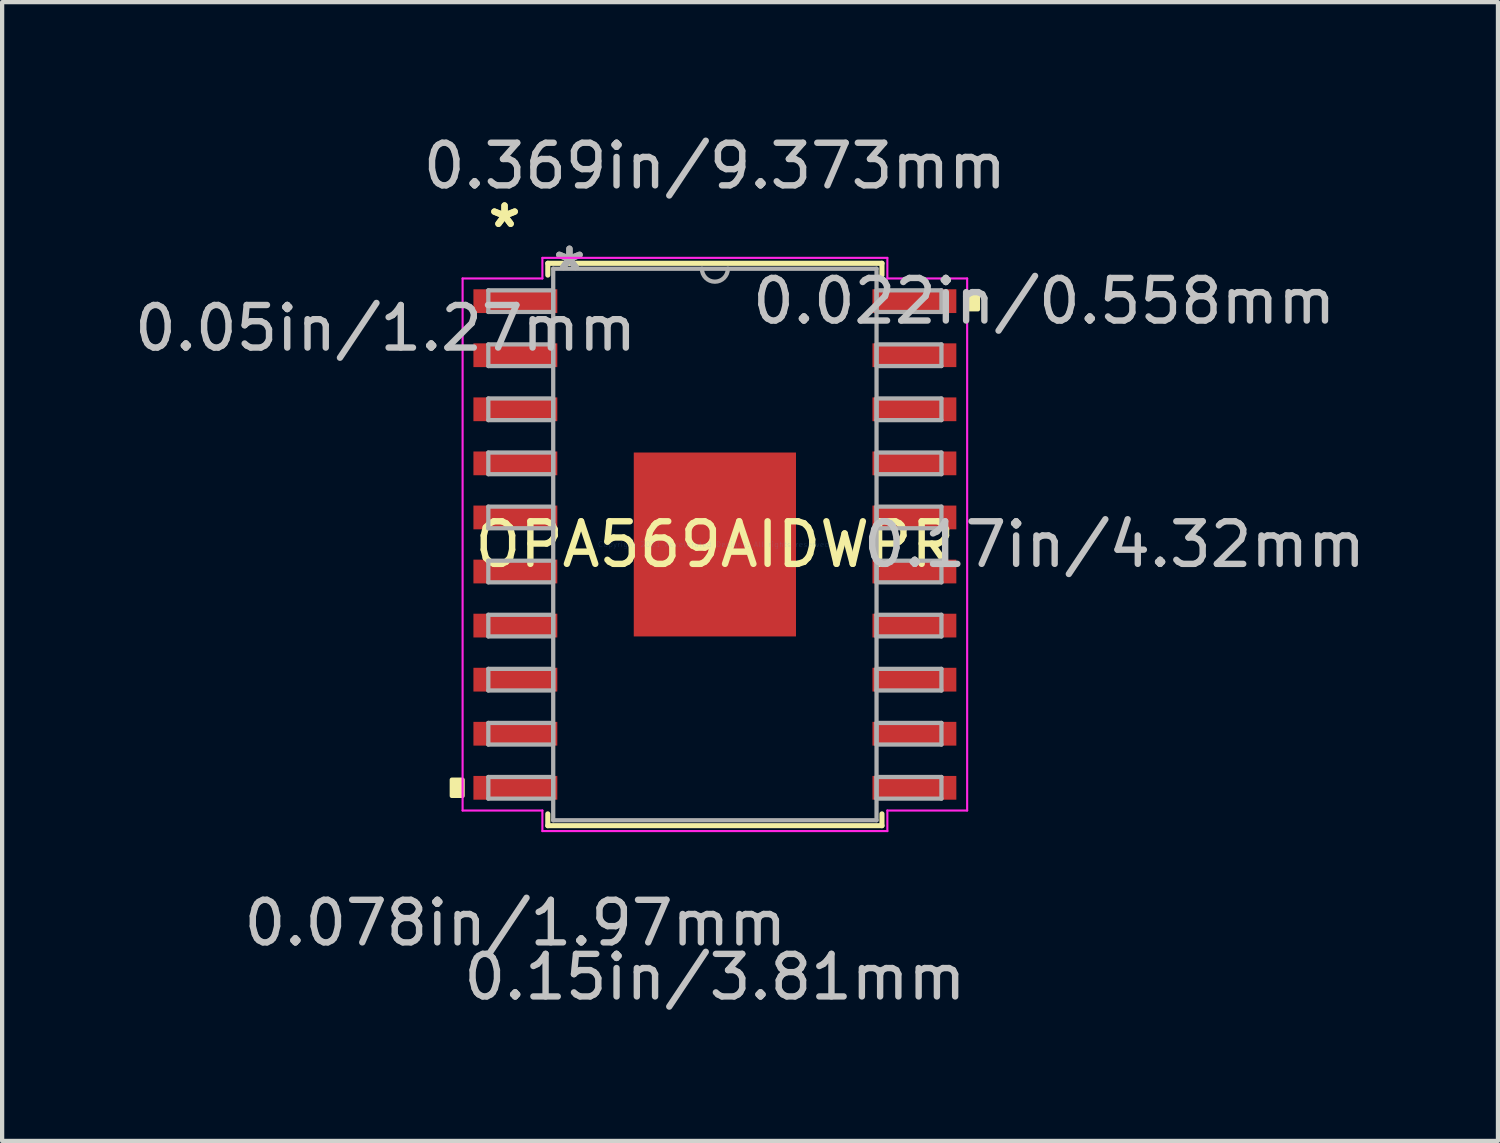
<source format=kicad_pcb>
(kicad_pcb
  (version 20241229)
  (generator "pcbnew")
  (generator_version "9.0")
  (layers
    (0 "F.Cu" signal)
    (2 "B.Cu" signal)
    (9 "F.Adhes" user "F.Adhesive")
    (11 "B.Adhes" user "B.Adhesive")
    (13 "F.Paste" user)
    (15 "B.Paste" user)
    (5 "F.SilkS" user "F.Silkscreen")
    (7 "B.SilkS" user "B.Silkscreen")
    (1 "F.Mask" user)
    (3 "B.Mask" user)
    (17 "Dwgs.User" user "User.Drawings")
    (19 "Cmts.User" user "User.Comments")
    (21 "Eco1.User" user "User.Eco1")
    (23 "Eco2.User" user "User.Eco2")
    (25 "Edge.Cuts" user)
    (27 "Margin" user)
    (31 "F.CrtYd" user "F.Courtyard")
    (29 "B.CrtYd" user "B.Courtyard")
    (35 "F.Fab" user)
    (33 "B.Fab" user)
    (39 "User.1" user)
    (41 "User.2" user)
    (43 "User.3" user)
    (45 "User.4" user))
  (footprint "OPA569AIDWPR"
    (layer "F.Cu")
    (at 13.74 9.738)
    (property "Reference" "OPA569AIDWPR" (at 0 0 0) (layer "F.SilkS") (effects (font (size 1 1) (thickness 0.15))))
    (attr through_hole)
    (fp_poly (pts (xy -1.968 -2.224) (xy -1.381 -2.224) (xy -1.381 2.224) (xy -1.968 2.224)) (stroke (width 0.1) (type solid)) (fill yes) (layer "F.Mask"))
    (fp_poly (pts (xy -1.968 -2.224) (xy 1.968 -2.224) (xy 1.968 -1.775) (xy -1.968 -1.775)) (stroke (width 0.1) (type solid)) (fill yes) (layer "F.Mask"))
    (fp_poly (pts (xy -1.968 -1.375) (xy 1.968 -1.375) (xy 1.968 -0.987) (xy -1.968 -0.987)) (stroke (width 0.1) (type solid)) (fill yes) (layer "F.Mask"))
    (fp_poly (pts (xy -1.968 -0.587) (xy 1.968 -0.587) (xy 1.968 -0.2) (xy -1.968 -0.2)) (stroke (width 0.1) (type solid)) (fill yes) (layer "F.Mask"))
    (fp_poly (pts (xy -1.968 0.2) (xy 1.968 0.2) (xy 1.968 0.587) (xy -1.968 0.587)) (stroke (width 0.1) (type solid)) (fill yes) (layer "F.Mask"))
    (fp_poly (pts (xy -1.968 0.987) (xy 1.968 0.987) (xy 1.968 1.375) (xy -1.968 1.375)) (stroke (width 0.1) (type solid)) (fill yes) (layer "F.Mask"))
    (fp_poly (pts (xy -1.968 1.775) (xy 1.968 1.775) (xy 1.968 2.224) (xy -1.968 2.224)) (stroke (width 0.1) (type solid)) (fill yes) (layer "F.Mask"))
    (fp_poly (pts (xy -0.594 -2.224) (xy -0.981 -2.224) (xy -0.981 2.224) (xy -0.594 2.224)) (stroke (width 0.1) (type solid)) (fill yes) (layer "F.Mask"))
    (fp_poly (pts (xy 0.194 -2.224) (xy -0.194 -2.224) (xy -0.194 2.224) (xy 0.194 2.224)) (stroke (width 0.1) (type solid)) (fill yes) (layer "F.Mask"))
    (fp_poly (pts (xy 0.981 -2.224) (xy 0.594 -2.224) (xy 0.594 2.224) (xy 0.981 2.224)) (stroke (width 0.1) (type solid)) (fill yes) (layer "F.Mask"))
    (fp_poly (pts (xy 1.381 -2.224) (xy 1.968 -2.224) (xy 1.968 2.224) (xy 1.381 2.224)) (stroke (width 0.1) (type solid)) (fill yes) (layer "F.Mask"))
    (fp_line (start -3.924 -6.604) (end -3.924 -6.327) (stroke (width 0.12) (type solid)) (layer "F.SilkS"))
    (fp_line (start -3.924 6.327) (end -3.924 6.604) (stroke (width 0.12) (type solid)) (layer "F.SilkS"))
    (fp_line (start -3.924 6.604) (end 3.924 6.604) (stroke (width 0.12) (type solid)) (layer "F.SilkS"))
    (fp_line (start 3.924 -6.604) (end -3.924 -6.604) (stroke (width 0.12) (type solid)) (layer "F.SilkS"))
    (fp_line (start 3.924 -6.327) (end 3.924 -6.604) (stroke (width 0.12) (type solid)) (layer "F.SilkS"))
    (fp_line (start 3.924 6.604) (end 3.924 6.327) (stroke (width 0.12) (type solid)) (layer "F.SilkS"))
    (fp_poly (pts (xy -6.179 5.524) (xy -6.179 5.905) (xy -5.925 5.905) (xy -5.925 5.524)) (stroke (width 0.1) (type solid)) (fill yes) (layer "F.SilkS"))
    (fp_poly (pts (xy 6.179 -5.905) (xy 6.179 -5.524) (xy 5.925 -5.524) (xy 5.925 -5.905)) (stroke (width 0.1) (type solid)) (fill yes) (layer "F.SilkS"))
    (fp_poly (pts (xy -1.83 -2.085) (xy -1.83 -1.675) (xy -1.423 -1.675) (xy -1.281 -1.816) (xy -1.281 -2.085)) (stroke (width 0.1) (type solid)) (fill yes) (layer "F.Paste"))
    (fp_poly (pts (xy -1.83 1.675) (xy -1.83 2.085) (xy -1.281 2.085) (xy -1.281 1.816) (xy -1.423 1.675)) (stroke (width 0.1) (type solid)) (fill yes) (layer "F.Paste"))
    (fp_poly (pts (xy 1.281 -2.085) (xy 1.281 -1.816) (xy 1.423 -1.675) (xy 1.83 -1.675) (xy 1.83 -2.085)) (stroke (width 0.1) (type solid)) (fill yes) (layer "F.Paste"))
    (fp_poly (pts (xy 1.423 1.675) (xy 1.281 1.816) (xy 1.281 2.085) (xy 1.83 2.085) (xy 1.83 1.675)) (stroke (width 0.1) (type solid)) (fill yes) (layer "F.Paste"))
    (fp_poly (pts (xy -1.83 -1.475) (xy -1.83 -0.887) (xy -1.423 -0.887) (xy -1.281 -1.029) (xy -1.281 -1.333) (xy -1.423 -1.475)) (stroke (width 0.1) (type solid)) (fill yes) (layer "F.Paste"))
    (fp_poly (pts (xy -1.83 -0.687) (xy -1.83 -0.1) (xy -1.423 -0.1) (xy -1.281 -0.241) (xy -1.281 -0.546) (xy -1.423 -0.687)) (stroke (width 0.1) (type solid)) (fill yes) (layer "F.Paste"))
    (fp_poly (pts (xy -1.83 0.1) (xy -1.83 0.687) (xy -1.423 0.687) (xy -1.281 0.546) (xy -1.281 0.241) (xy -1.423 0.1)) (stroke (width 0.1) (type solid)) (fill yes) (layer "F.Paste"))
    (fp_poly (pts (xy -1.83 0.887) (xy -1.83 1.475) (xy -1.423 1.475) (xy -1.281 1.333) (xy -1.281 1.029) (xy -1.423 0.887)) (stroke (width 0.1) (type solid)) (fill yes) (layer "F.Paste"))
    (fp_poly (pts (xy -1.081 -2.085) (xy -1.081 -1.816) (xy -0.94 -1.675) (xy -0.635 -1.675) (xy -0.494 -1.816) (xy -0.494 -2.085)) (stroke (width 0.1) (type solid)) (fill yes) (layer "F.Paste"))
    (fp_poly (pts (xy -0.94 1.675) (xy -1.081 1.816) (xy -1.081 2.085) (xy -0.494 2.085) (xy -0.494 1.816) (xy -0.635 1.675)) (stroke (width 0.1) (type solid)) (fill yes) (layer "F.Paste"))
    (fp_poly (pts (xy -0.294 -2.085) (xy -0.294 -1.816) (xy -0.152 -1.675) (xy 0.152 -1.675) (xy 0.294 -1.816) (xy 0.294 -2.085)) (stroke (width 0.1) (type solid)) (fill yes) (layer "F.Paste"))
    (fp_poly (pts (xy -0.152 1.675) (xy -0.294 1.816) (xy -0.294 2.085) (xy 0.294 2.085) (xy 0.294 1.816) (xy 0.152 1.675)) (stroke (width 0.1) (type solid)) (fill yes) (layer "F.Paste"))
    (fp_poly (pts (xy 0.494 -2.085) (xy 0.494 -1.816) (xy 0.635 -1.675) (xy 0.94 -1.675) (xy 1.081 -1.816) (xy 1.081 -2.085)) (stroke (width 0.1) (type solid)) (fill yes) (layer "F.Paste"))
    (fp_poly (pts (xy 0.635 1.675) (xy 0.494 1.816) (xy 0.494 2.085) (xy 1.081 2.085) (xy 1.081 1.816) (xy 0.94 1.675)) (stroke (width 0.1) (type solid)) (fill yes) (layer "F.Paste"))
    (fp_poly (pts (xy 1.423 -1.475) (xy 1.281 -1.333) (xy 1.281 -1.029) (xy 1.423 -0.887) (xy 1.83 -0.887) (xy 1.83 -1.475)) (stroke (width 0.1) (type solid)) (fill yes) (layer "F.Paste"))
    (fp_poly (pts (xy 1.423 -0.687) (xy 1.281 -0.546) (xy 1.281 -0.241) (xy 1.423 -0.1) (xy 1.83 -0.1) (xy 1.83 -0.687)) (stroke (width 0.1) (type solid)) (fill yes) (layer "F.Paste"))
    (fp_poly (pts (xy 1.423 0.1) (xy 1.281 0.241) (xy 1.281 0.546) (xy 1.423 0.687) (xy 1.83 0.687) (xy 1.83 0.1)) (stroke (width 0.1) (type solid)) (fill yes) (layer "F.Paste"))
    (fp_poly (pts (xy 1.423 0.887) (xy 1.281 1.029) (xy 1.281 1.333) (xy 1.423 1.475) (xy 1.83 1.475) (xy 1.83 0.887)) (stroke (width 0.1) (type solid)) (fill yes) (layer "F.Paste"))
    (fp_poly (pts (xy -0.94 -1.475) (xy -1.081 -1.333) (xy -1.081 -1.029) (xy -0.94 -0.887) (xy -0.635 -0.887) (xy -0.494 -1.029) (xy -0.494 -1.333) (xy -0.635 -1.475)) (stroke (width 0.1) (type solid)) (fill yes) (layer "F.Paste"))
    (fp_poly (pts (xy -0.94 -0.687) (xy -1.081 -0.546) (xy -1.081 -0.241) (xy -0.94 -0.1) (xy -0.635 -0.1) (xy -0.494 -0.241) (xy -0.494 -0.546) (xy -0.635 -0.687)) (stroke (width 0.1) (type solid)) (fill yes) (layer "F.Paste"))
    (fp_poly (pts (xy -0.94 0.1) (xy -1.081 0.241) (xy -1.081 0.546) (xy -0.94 0.687) (xy -0.635 0.687) (xy -0.494 0.546) (xy -0.494 0.241) (xy -0.635 0.1)) (stroke (width 0.1) (type solid)) (fill yes) (layer "F.Paste"))
    (fp_poly (pts (xy -0.94 0.887) (xy -1.081 1.029) (xy -1.081 1.333) (xy -0.94 1.475) (xy -0.635 1.475) (xy -0.494 1.333) (xy -0.494 1.029) (xy -0.635 0.887)) (stroke (width 0.1) (type solid)) (fill yes) (layer "F.Paste"))
    (fp_poly (pts (xy -0.152 -1.475) (xy -0.294 -1.333) (xy -0.294 -1.029) (xy -0.152 -0.887) (xy 0.152 -0.887) (xy 0.294 -1.029) (xy 0.294 -1.333) (xy 0.152 -1.475)) (stroke (width 0.1) (type solid)) (fill yes) (layer "F.Paste"))
    (fp_poly (pts (xy -0.152 -0.687) (xy -0.294 -0.546) (xy -0.294 -0.241) (xy -0.152 -0.1) (xy 0.152 -0.1) (xy 0.294 -0.241) (xy 0.294 -0.546) (xy 0.152 -0.687)) (stroke (width 0.1) (type solid)) (fill yes) (layer "F.Paste"))
    (fp_poly (pts (xy -0.152 0.1) (xy -0.294 0.241) (xy -0.294 0.546) (xy -0.152 0.687) (xy 0.152 0.687) (xy 0.294 0.546) (xy 0.294 0.241) (xy 0.152 0.1)) (stroke (width 0.1) (type solid)) (fill yes) (layer "F.Paste"))
    (fp_poly (pts (xy -0.152 0.887) (xy -0.294 1.029) (xy -0.294 1.333) (xy -0.152 1.475) (xy 0.152 1.475) (xy 0.294 1.333) (xy 0.294 1.029) (xy 0.152 0.887)) (stroke (width 0.1) (type solid)) (fill yes) (layer "F.Paste"))
    (fp_poly (pts (xy 0.635 -1.475) (xy 0.494 -1.333) (xy 0.494 -1.029) (xy 0.635 -0.887) (xy 0.94 -0.887) (xy 1.081 -1.029) (xy 1.081 -1.333) (xy 0.94 -1.475)) (stroke (width 0.1) (type solid)) (fill yes) (layer "F.Paste"))
    (fp_poly (pts (xy 0.635 -0.687) (xy 0.494 -0.546) (xy 0.494 -0.241) (xy 0.635 -0.1) (xy 0.94 -0.1) (xy 1.081 -0.241) (xy 1.081 -0.546) (xy 0.94 -0.687)) (stroke (width 0.1) (type solid)) (fill yes) (layer "F.Paste"))
    (fp_poly (pts (xy 0.635 0.1) (xy 0.494 0.241) (xy 0.494 0.546) (xy 0.635 0.687) (xy 0.94 0.687) (xy 1.081 0.546) (xy 1.081 0.241) (xy 0.94 0.1)) (stroke (width 0.1) (type solid)) (fill yes) (layer "F.Paste"))
    (fp_poly (pts (xy 0.635 0.887) (xy 0.494 1.029) (xy 0.494 1.333) (xy 0.635 1.475) (xy 0.94 1.475) (xy 1.081 1.333) (xy 1.081 1.029) (xy 0.94 0.887)) (stroke (width 0.1) (type solid)) (fill yes) (layer "F.Paste"))
    (fp_line (start -5.925 -6.248) (end -4.051 -6.248) (stroke (width 0.05) (type solid)) (layer "F.CrtYd"))
    (fp_line (start -5.925 6.248) (end -5.925 -6.248) (stroke (width 0.05) (type solid)) (layer "F.CrtYd"))
    (fp_line (start -4.051 -6.731) (end 4.051 -6.731) (stroke (width 0.05) (type solid)) (layer "F.CrtYd"))
    (fp_line (start -4.051 -6.248) (end -4.051 -6.731) (stroke (width 0.05) (type solid)) (layer "F.CrtYd"))
    (fp_line (start -4.051 6.248) (end -5.925 6.248) (stroke (width 0.05) (type solid)) (layer "F.CrtYd"))
    (fp_line (start -4.051 6.731) (end -4.051 6.248) (stroke (width 0.05) (type solid)) (layer "F.CrtYd"))
    (fp_line (start 4.051 -6.731) (end 4.051 -6.248) (stroke (width 0.05) (type solid)) (layer "F.CrtYd"))
    (fp_line (start 4.051 -6.248) (end 5.925 -6.248) (stroke (width 0.05) (type solid)) (layer "F.CrtYd"))
    (fp_line (start 4.051 6.248) (end 4.051 6.731) (stroke (width 0.05) (type solid)) (layer "F.CrtYd"))
    (fp_line (start 4.051 6.731) (end -4.051 6.731) (stroke (width 0.05) (type solid)) (layer "F.CrtYd"))
    (fp_line (start 5.925 -6.248) (end 5.925 6.248) (stroke (width 0.05) (type solid)) (layer "F.CrtYd"))
    (fp_line (start 5.925 6.248) (end 4.051 6.248) (stroke (width 0.05) (type solid)) (layer "F.CrtYd"))
    (fp_line (start -5.321 -5.969) (end -5.321 -5.461) (stroke (width 0.1) (type solid)) (layer "F.Fab"))
    (fp_line (start -5.321 -5.461) (end -3.797 -5.461) (stroke (width 0.1) (type solid)) (layer "F.Fab"))
    (fp_line (start -5.321 -4.699) (end -5.321 -4.191) (stroke (width 0.1) (type solid)) (layer "F.Fab"))
    (fp_line (start -5.321 -4.191) (end -3.797 -4.191) (stroke (width 0.1) (type solid)) (layer "F.Fab"))
    (fp_line (start -5.321 -3.429) (end -5.321 -2.921) (stroke (width 0.1) (type solid)) (layer "F.Fab"))
    (fp_line (start -5.321 -2.921) (end -3.797 -2.921) (stroke (width 0.1) (type solid)) (layer "F.Fab"))
    (fp_line (start -5.321 -2.159) (end -5.321 -1.651) (stroke (width 0.1) (type solid)) (layer "F.Fab"))
    (fp_line (start -5.321 -1.651) (end -3.797 -1.651) (stroke (width 0.1) (type solid)) (layer "F.Fab"))
    (fp_line (start -5.321 -0.889) (end -5.321 -0.381) (stroke (width 0.1) (type solid)) (layer "F.Fab"))
    (fp_line (start -5.321 -0.381) (end -3.797 -0.381) (stroke (width 0.1) (type solid)) (layer "F.Fab"))
    (fp_line (start -5.321 0.381) (end -5.321 0.889) (stroke (width 0.1) (type solid)) (layer "F.Fab"))
    (fp_line (start -5.321 0.889) (end -3.797 0.889) (stroke (width 0.1) (type solid)) (layer "F.Fab"))
    (fp_line (start -5.321 1.651) (end -5.321 2.159) (stroke (width 0.1) (type solid)) (layer "F.Fab"))
    (fp_line (start -5.321 2.159) (end -3.797 2.159) (stroke (width 0.1) (type solid)) (layer "F.Fab"))
    (fp_line (start -5.321 2.921) (end -5.321 3.429) (stroke (width 0.1) (type solid)) (layer "F.Fab"))
    (fp_line (start -5.321 3.429) (end -3.797 3.429) (stroke (width 0.1) (type solid)) (layer "F.Fab"))
    (fp_line (start -5.321 4.191) (end -5.321 4.699) (stroke (width 0.1) (type solid)) (layer "F.Fab"))
    (fp_line (start -5.321 4.699) (end -3.797 4.699) (stroke (width 0.1) (type solid)) (layer "F.Fab"))
    (fp_line (start -5.321 5.461) (end -5.321 5.969) (stroke (width 0.1) (type solid)) (layer "F.Fab"))
    (fp_line (start -5.321 5.969) (end -3.797 5.969) (stroke (width 0.1) (type solid)) (layer "F.Fab"))
    (fp_line (start -3.797 -6.477) (end -3.797 6.477) (stroke (width 0.1) (type solid)) (layer "F.Fab"))
    (fp_line (start -3.797 -5.969) (end -5.321 -5.969) (stroke (width 0.1) (type solid)) (layer "F.Fab"))
    (fp_line (start -3.797 -5.461) (end -3.797 -5.969) (stroke (width 0.1) (type solid)) (layer "F.Fab"))
    (fp_line (start -3.797 -4.699) (end -5.321 -4.699) (stroke (width 0.1) (type solid)) (layer "F.Fab"))
    (fp_line (start -3.797 -4.191) (end -3.797 -4.699) (stroke (width 0.1) (type solid)) (layer "F.Fab"))
    (fp_line (start -3.797 -3.429) (end -5.321 -3.429) (stroke (width 0.1) (type solid)) (layer "F.Fab"))
    (fp_line (start -3.797 -2.921) (end -3.797 -3.429) (stroke (width 0.1) (type solid)) (layer "F.Fab"))
    (fp_line (start -3.797 -2.159) (end -5.321 -2.159) (stroke (width 0.1) (type solid)) (layer "F.Fab"))
    (fp_line (start -3.797 -1.651) (end -3.797 -2.159) (stroke (width 0.1) (type solid)) (layer "F.Fab"))
    (fp_line (start -3.797 -0.889) (end -5.321 -0.889) (stroke (width 0.1) (type solid)) (layer "F.Fab"))
    (fp_line (start -3.797 -0.381) (end -3.797 -0.889) (stroke (width 0.1) (type solid)) (layer "F.Fab"))
    (fp_line (start -3.797 0.381) (end -5.321 0.381) (stroke (width 0.1) (type solid)) (layer "F.Fab"))
    (fp_line (start -3.797 0.889) (end -3.797 0.381) (stroke (width 0.1) (type solid)) (layer "F.Fab"))
    (fp_line (start -3.797 1.651) (end -5.321 1.651) (stroke (width 0.1) (type solid)) (layer "F.Fab"))
    (fp_line (start -3.797 2.159) (end -3.797 1.651) (stroke (width 0.1) (type solid)) (layer "F.Fab"))
    (fp_line (start -3.797 2.921) (end -5.321 2.921) (stroke (width 0.1) (type solid)) (layer "F.Fab"))
    (fp_line (start -3.797 3.429) (end -3.797 2.921) (stroke (width 0.1) (type solid)) (layer "F.Fab"))
    (fp_line (start -3.797 4.191) (end -5.321 4.191) (stroke (width 0.1) (type solid)) (layer "F.Fab"))
    (fp_line (start -3.797 4.699) (end -3.797 4.191) (stroke (width 0.1) (type solid)) (layer "F.Fab"))
    (fp_line (start -3.797 5.461) (end -5.321 5.461) (stroke (width 0.1) (type solid)) (layer "F.Fab"))
    (fp_line (start -3.797 5.969) (end -3.797 5.461) (stroke (width 0.1) (type solid)) (layer "F.Fab"))
    (fp_line (start -3.797 6.477) (end 3.797 6.477) (stroke (width 0.1) (type solid)) (layer "F.Fab"))
    (fp_line (start 3.797 -6.477) (end -3.797 -6.477) (stroke (width 0.1) (type solid)) (layer "F.Fab"))
    (fp_line (start 3.797 -5.969) (end 3.797 -5.461) (stroke (width 0.1) (type solid)) (layer "F.Fab"))
    (fp_line (start 3.797 -5.461) (end 5.321 -5.461) (stroke (width 0.1) (type solid)) (layer "F.Fab"))
    (fp_line (start 3.797 -4.699) (end 3.797 -4.191) (stroke (width 0.1) (type solid)) (layer "F.Fab"))
    (fp_line (start 3.797 -4.191) (end 5.321 -4.191) (stroke (width 0.1) (type solid)) (layer "F.Fab"))
    (fp_line (start 3.797 -3.429) (end 3.797 -2.921) (stroke (width 0.1) (type solid)) (layer "F.Fab"))
    (fp_line (start 3.797 -2.921) (end 5.321 -2.921) (stroke (width 0.1) (type solid)) (layer "F.Fab"))
    (fp_line (start 3.797 -2.159) (end 3.797 -1.651) (stroke (width 0.1) (type solid)) (layer "F.Fab"))
    (fp_line (start 3.797 -1.651) (end 5.321 -1.651) (stroke (width 0.1) (type solid)) (layer "F.Fab"))
    (fp_line (start 3.797 -0.889) (end 3.797 -0.381) (stroke (width 0.1) (type solid)) (layer "F.Fab"))
    (fp_line (start 3.797 -0.381) (end 5.321 -0.381) (stroke (width 0.1) (type solid)) (layer "F.Fab"))
    (fp_line (start 3.797 0.381) (end 3.797 0.889) (stroke (width 0.1) (type solid)) (layer "F.Fab"))
    (fp_line (start 3.797 0.889) (end 5.321 0.889) (stroke (width 0.1) (type solid)) (layer "F.Fab"))
    (fp_line (start 3.797 1.651) (end 3.797 2.159) (stroke (width 0.1) (type solid)) (layer "F.Fab"))
    (fp_line (start 3.797 2.159) (end 5.321 2.159) (stroke (width 0.1) (type solid)) (layer "F.Fab"))
    (fp_line (start 3.797 2.921) (end 3.797 3.429) (stroke (width 0.1) (type solid)) (layer "F.Fab"))
    (fp_line (start 3.797 3.429) (end 5.321 3.429) (stroke (width 0.1) (type solid)) (layer "F.Fab"))
    (fp_line (start 3.797 4.191) (end 3.797 4.699) (stroke (width 0.1) (type solid)) (layer "F.Fab"))
    (fp_line (start 3.797 4.699) (end 5.321 4.699) (stroke (width 0.1) (type solid)) (layer "F.Fab"))
    (fp_line (start 3.797 5.461) (end 3.797 5.969) (stroke (width 0.1) (type solid)) (layer "F.Fab"))
    (fp_line (start 3.797 5.969) (end 5.321 5.969) (stroke (width 0.1) (type solid)) (layer "F.Fab"))
    (fp_line (start 3.797 6.477) (end 3.797 -6.477) (stroke (width 0.1) (type solid)) (layer "F.Fab"))
    (fp_line (start 5.321 -5.969) (end 3.797 -5.969) (stroke (width 0.1) (type solid)) (layer "F.Fab"))
    (fp_line (start 5.321 -5.461) (end 5.321 -5.969) (stroke (width 0.1) (type solid)) (layer "F.Fab"))
    (fp_line (start 5.321 -4.699) (end 3.797 -4.699) (stroke (width 0.1) (type solid)) (layer "F.Fab"))
    (fp_line (start 5.321 -4.191) (end 5.321 -4.699) (stroke (width 0.1) (type solid)) (layer "F.Fab"))
    (fp_line (start 5.321 -3.429) (end 3.797 -3.429) (stroke (width 0.1) (type solid)) (layer "F.Fab"))
    (fp_line (start 5.321 -2.921) (end 5.321 -3.429) (stroke (width 0.1) (type solid)) (layer "F.Fab"))
    (fp_line (start 5.321 -2.159) (end 3.797 -2.159) (stroke (width 0.1) (type solid)) (layer "F.Fab"))
    (fp_line (start 5.321 -1.651) (end 5.321 -2.159) (stroke (width 0.1) (type solid)) (layer "F.Fab"))
    (fp_line (start 5.321 -0.889) (end 3.797 -0.889) (stroke (width 0.1) (type solid)) (layer "F.Fab"))
    (fp_line (start 5.321 -0.381) (end 5.321 -0.889) (stroke (width 0.1) (type solid)) (layer "F.Fab"))
    (fp_line (start 5.321 0.381) (end 3.797 0.381) (stroke (width 0.1) (type solid)) (layer "F.Fab"))
    (fp_line (start 5.321 0.889) (end 5.321 0.381) (stroke (width 0.1) (type solid)) (layer "F.Fab"))
    (fp_line (start 5.321 1.651) (end 3.797 1.651) (stroke (width 0.1) (type solid)) (layer "F.Fab"))
    (fp_line (start 5.321 2.159) (end 5.321 1.651) (stroke (width 0.1) (type solid)) (layer "F.Fab"))
    (fp_line (start 5.321 2.921) (end 3.797 2.921) (stroke (width 0.1) (type solid)) (layer "F.Fab"))
    (fp_line (start 5.321 3.429) (end 5.321 2.921) (stroke (width 0.1) (type solid)) (layer "F.Fab"))
    (fp_line (start 5.321 4.191) (end 3.797 4.191) (stroke (width 0.1) (type solid)) (layer "F.Fab"))
    (fp_line (start 5.321 4.699) (end 5.321 4.191) (stroke (width 0.1) (type solid)) (layer "F.Fab"))
    (fp_line (start 5.321 5.461) (end 3.797 5.461) (stroke (width 0.1) (type solid)) (layer "F.Fab"))
    (fp_line (start 5.321 5.969) (end 5.321 5.461) (stroke (width 0.1) (type solid)) (layer "F.Fab"))
    (fp_arc (start 0.3048 -6.477) (mid 0 -6.1722) (end -0.3048 -6.477) (stroke (width 0.1) (type solid)) (layer "F.Fab"))
    (fp_text user "*" (at -4.94 -7.416 0) (layer "F.SilkS") (effects (font (size 1 1) (thickness 0.15))))
    (fp_text user "*" (at -4.94 -7.416 0) (layer "F.SilkS") (effects (font (size 1 1) (thickness 0.15))))
    (fp_text user "0.15in/3.81mm" (at 0 10.16 0) (layer "Dwgs.User") (effects (font (size 1 1) (thickness 0.15))))
    (fp_text user "0.17in/4.32mm" (at 9.385 0 0) (layer "Dwgs.User") (effects (font (size 1 1) (thickness 0.15))))
    (fp_text user "0.022in/0.558mm" (at 7.734 -5.715 0) (layer "Dwgs.User") (effects (font (size 1 1) (thickness 0.15))))
    (fp_text user "0.078in/1.97mm" (at -4.686 8.89 0) (layer "Dwgs.User") (effects (font (size 1 1) (thickness 0.15))))
    (fp_text user "0.369in/9.373mm" (at 0 -8.89 0) (layer "Dwgs.User") (effects (font (size 1 1) (thickness 0.15))))
    (fp_text user "0.05in/1.27mm" (at -7.734 -5.08 0) (layer "Dwgs.User") (effects (font (size 1 1) (thickness 0.15))))
    (fp_text user "Copyright 2021 Accelerated Designs. All rights reserved." (at 0 0 0) (layer "Cmts.User") (effects (font (size 0.127 0.127) (thickness 0.002))))
    (fp_text user "*" (at -3.416 -6.401 0) (layer "F.Fab") (effects (font (size 1 1) (thickness 0.15))))
    (fp_text user "*" (at -3.416 -6.401 0) (layer "F.Fab") (effects (font (size 1 1) (thickness 0.15))))
    (pad "1" smd rect (at -4.686 -5.715) (size 1.97 0.558) (layers "F.Cu" "F.Mask" "F.Paste"))
    (pad "2" smd rect (at -4.686 -4.445) (size 1.97 0.558) (layers "F.Cu" "F.Mask" "F.Paste"))
    (pad "3" smd rect (at -4.686 -3.175) (size 1.97 0.558) (layers "F.Cu" "F.Mask" "F.Paste"))
    (pad "4" smd rect (at -4.686 -1.905) (size 1.97 0.558) (layers "F.Cu" "F.Mask" "F.Paste"))
    (pad "5" smd rect (at -4.686 -0.635) (size 1.97 0.558) (layers "F.Cu" "F.Mask" "F.Paste"))
    (pad "6" smd rect (at -4.686 0.635) (size 1.97 0.558) (layers "F.Cu" "F.Mask" "F.Paste"))
    (pad "7" smd rect (at -4.686 1.905) (size 1.97 0.558) (layers "F.Cu" "F.Mask" "F.Paste"))
    (pad "8" smd rect (at -4.686 3.175) (size 1.97 0.558) (layers "F.Cu" "F.Mask" "F.Paste"))
    (pad "9" smd rect (at -4.686 4.445) (size 1.97 0.558) (layers "F.Cu" "F.Mask" "F.Paste"))
    (pad "10" smd rect (at -4.686 5.715) (size 1.97 0.558) (layers "F.Cu" "F.Mask" "F.Paste"))
    (pad "11" smd rect (at 4.686 5.715) (size 1.97 0.558) (layers "F.Cu" "F.Mask" "F.Paste"))
    (pad "12" smd rect (at 4.686 4.445) (size 1.97 0.558) (layers "F.Cu" "F.Mask" "F.Paste"))
    (pad "13" smd rect (at 4.686 3.175) (size 1.97 0.558) (layers "F.Cu" "F.Mask" "F.Paste"))
    (pad "14" smd rect (at 4.686 1.905) (size 1.97 0.558) (layers "F.Cu" "F.Mask" "F.Paste"))
    (pad "15" smd rect (at 4.686 0.635) (size 1.97 0.558) (layers "F.Cu" "F.Mask" "F.Paste"))
    (pad "16" smd rect (at 4.686 -0.635) (size 1.97 0.558) (layers "F.Cu" "F.Mask" "F.Paste"))
    (pad "17" smd rect (at 4.686 -1.905) (size 1.97 0.558) (layers "F.Cu" "F.Mask" "F.Paste"))
    (pad "18" smd rect (at 4.686 -3.175) (size 1.97 0.558) (layers "F.Cu" "F.Mask" "F.Paste"))
    (pad "19" smd rect (at 4.686 -4.445) (size 1.97 0.558) (layers "F.Cu" "F.Mask" "F.Paste"))
    (pad "20" smd rect (at 4.686 -5.715) (size 1.97 0.558) (layers "F.Cu" "F.Mask" "F.Paste"))
    (pad "EPAD" smd rect (at 0 0) (size 3.81 4.32) (layers "F.Cu" "F.Mask" "F.Paste")))
  (gr_rect
    (start -3 -3)
    (end 32.132 23.747)
    (stroke (width 0.1) (type default))
    (fill no)
    (layer "Edge.Cuts")))
</source>
